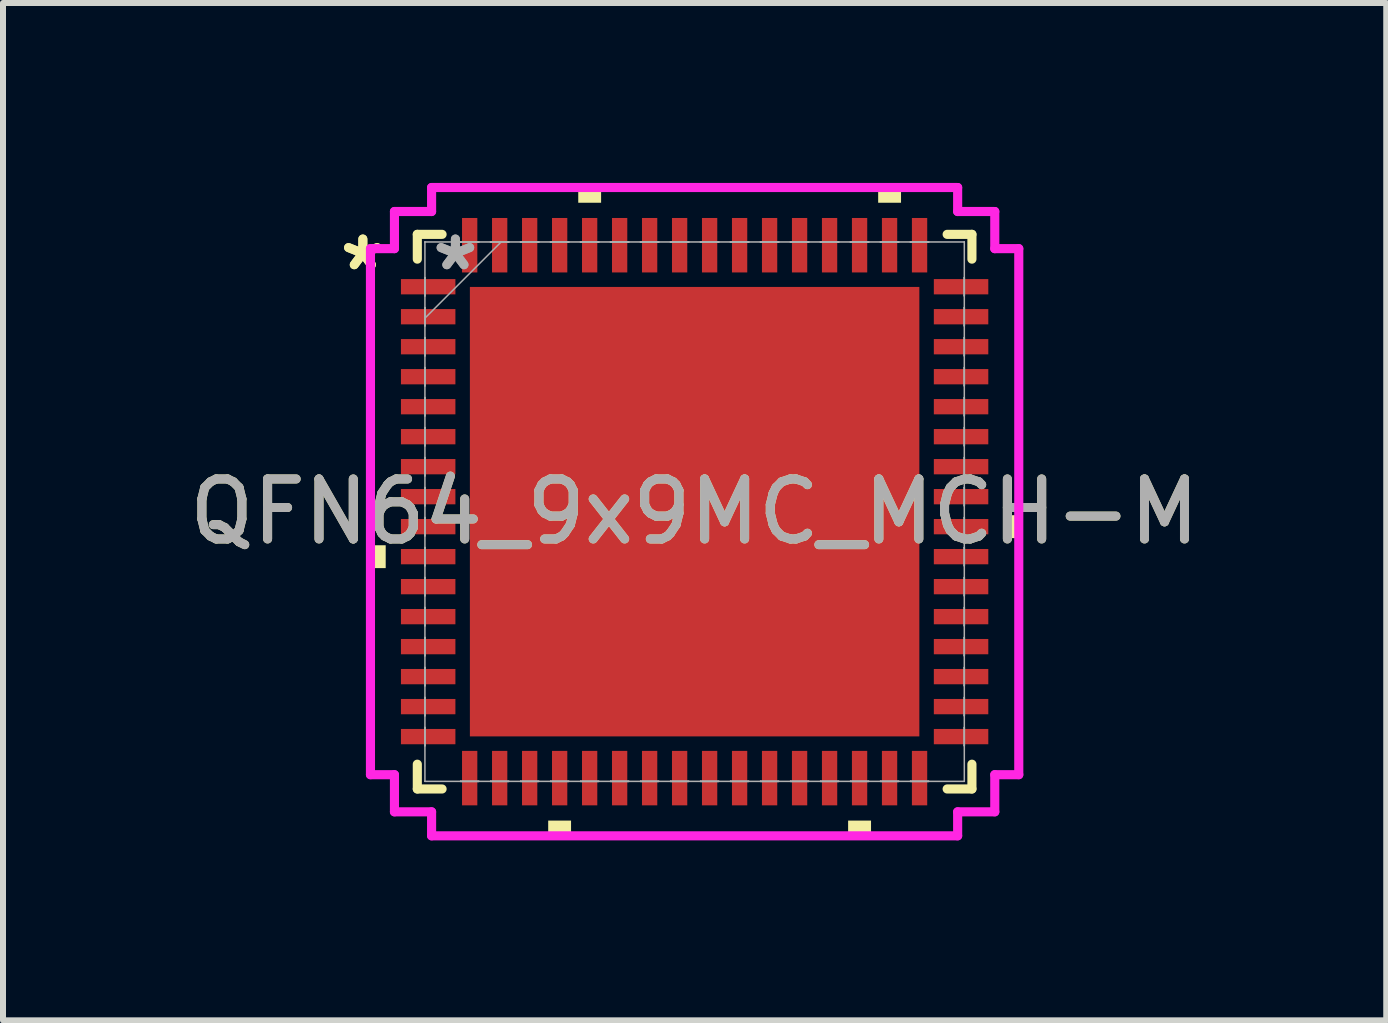
<source format=kicad_pcb>
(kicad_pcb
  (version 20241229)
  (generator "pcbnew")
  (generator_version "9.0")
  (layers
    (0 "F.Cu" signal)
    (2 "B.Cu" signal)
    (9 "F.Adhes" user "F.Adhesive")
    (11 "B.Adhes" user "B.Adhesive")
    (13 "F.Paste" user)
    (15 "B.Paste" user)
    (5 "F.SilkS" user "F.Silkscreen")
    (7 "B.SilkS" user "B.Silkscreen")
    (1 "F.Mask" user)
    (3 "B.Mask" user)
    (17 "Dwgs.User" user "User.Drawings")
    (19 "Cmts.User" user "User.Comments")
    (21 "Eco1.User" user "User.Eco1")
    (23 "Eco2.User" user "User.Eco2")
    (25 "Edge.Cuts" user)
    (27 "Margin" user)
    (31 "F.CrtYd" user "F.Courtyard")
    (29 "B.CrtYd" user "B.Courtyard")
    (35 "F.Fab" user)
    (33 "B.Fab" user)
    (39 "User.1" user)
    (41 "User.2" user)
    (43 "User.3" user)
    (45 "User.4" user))
  (footprint "QFN64_9x9MC_MCH-M"
    (layer "F.Cu")
    (at 8.53 5.48)
    (property "Reference" "QFN64_9x9MC_MCH-M" (at 0 0 0) (unlocked yes) (layer "F.SilkS") (effects (font (size 1 1) (thickness 0.15))))
    (attr smd)
    (fp_line (start -4.623 -4.623) (end -4.623 -4.21) (stroke (width 0.152) (type solid)) (layer "F.SilkS"))
    (fp_line (start -4.623 4.21) (end -4.623 4.623) (stroke (width 0.152) (type solid)) (layer "F.SilkS"))
    (fp_line (start -4.623 4.623) (end -4.21 4.623) (stroke (width 0.152) (type solid)) (layer "F.SilkS"))
    (fp_line (start -4.21 -4.623) (end -4.623 -4.623) (stroke (width 0.152) (type solid)) (layer "F.SilkS"))
    (fp_line (start 4.21 4.623) (end 4.623 4.623) (stroke (width 0.152) (type solid)) (layer "F.SilkS"))
    (fp_line (start 4.623 -4.623) (end 4.21 -4.623) (stroke (width 0.152) (type solid)) (layer "F.SilkS"))
    (fp_line (start 4.623 -4.21) (end 4.623 -4.623) (stroke (width 0.152) (type solid)) (layer "F.SilkS"))
    (fp_line (start 4.623 4.623) (end 4.623 4.21) (stroke (width 0.152) (type solid)) (layer "F.SilkS"))
    (fp_poly (pts (xy -5.404 0.56) (xy -5.404 0.941) (xy -5.15 0.941) (xy -5.15 0.56)) (stroke (width 0) (type solid)) (fill yes) (layer "F.SilkS"))
    (fp_poly (pts (xy -2.441 5.15) (xy -2.441 5.404) (xy -2.06 5.404) (xy -2.06 5.15)) (stroke (width 0) (type solid)) (fill yes) (layer "F.SilkS"))
    (fp_poly (pts (xy -1.94 -5.15) (xy -1.94 -5.404) (xy -1.559 -5.404) (xy -1.559 -5.15)) (stroke (width 0) (type solid)) (fill yes) (layer "F.SilkS"))
    (fp_poly (pts (xy 2.559 5.15) (xy 2.559 5.404) (xy 2.941 5.404) (xy 2.941 5.15)) (stroke (width 0) (type solid)) (fill yes) (layer "F.SilkS"))
    (fp_poly (pts (xy 3.06 -5.15) (xy 3.06 -5.404) (xy 3.441 -5.404) (xy 3.441 -5.15)) (stroke (width 0) (type solid)) (fill yes) (layer "F.SilkS"))
    (fp_poly (pts (xy 5.404 0.059) (xy 5.404 0.441) (xy 5.15 0.441) (xy 5.15 0.059)) (stroke (width 0) (type solid)) (fill yes) (layer "F.SilkS"))
    (fp_poly (pts (xy -3.647 -3.647) (xy -3.647 -2.348) (xy -2.348 -2.348) (xy -2.348 -3.647)) (stroke (width 0) (type solid)) (fill yes) (layer "F.Paste"))
    (fp_poly (pts (xy -3.647 -2.148) (xy -3.647 -0.849) (xy -2.348 -0.849) (xy -2.348 -2.148)) (stroke (width 0) (type solid)) (fill yes) (layer "F.Paste"))
    (fp_poly (pts (xy -3.647 -0.649) (xy -3.647 0.649) (xy -2.348 0.649) (xy -2.348 -0.649)) (stroke (width 0) (type solid)) (fill yes) (layer "F.Paste"))
    (fp_poly (pts (xy -3.647 0.849) (xy -3.647 2.148) (xy -2.348 2.148) (xy -2.348 0.849)) (stroke (width 0) (type solid)) (fill yes) (layer "F.Paste"))
    (fp_poly (pts (xy -3.647 2.348) (xy -3.647 3.647) (xy -2.348 3.647) (xy -2.348 2.348)) (stroke (width 0) (type solid)) (fill yes) (layer "F.Paste"))
    (fp_poly (pts (xy -2.148 -3.647) (xy -2.148 -2.348) (xy -0.849 -2.348) (xy -0.849 -3.647)) (stroke (width 0) (type solid)) (fill yes) (layer "F.Paste"))
    (fp_poly (pts (xy -2.148 -2.148) (xy -2.148 -0.849) (xy -0.849 -0.849) (xy -0.849 -2.148)) (stroke (width 0) (type solid)) (fill yes) (layer "F.Paste"))
    (fp_poly (pts (xy -2.148 -0.649) (xy -2.148 0.649) (xy -0.849 0.649) (xy -0.849 -0.649)) (stroke (width 0) (type solid)) (fill yes) (layer "F.Paste"))
    (fp_poly (pts (xy -2.148 0.849) (xy -2.148 2.148) (xy -0.849 2.148) (xy -0.849 0.849)) (stroke (width 0) (type solid)) (fill yes) (layer "F.Paste"))
    (fp_poly (pts (xy -2.148 2.348) (xy -2.148 3.647) (xy -0.849 3.647) (xy -0.849 2.348)) (stroke (width 0) (type solid)) (fill yes) (layer "F.Paste"))
    (fp_poly (pts (xy -0.649 -3.647) (xy -0.649 -2.348) (xy 0.649 -2.348) (xy 0.649 -3.647)) (stroke (width 0) (type solid)) (fill yes) (layer "F.Paste"))
    (fp_poly (pts (xy -0.649 -2.148) (xy -0.649 -0.849) (xy 0.649 -0.849) (xy 0.649 -2.148)) (stroke (width 0) (type solid)) (fill yes) (layer "F.Paste"))
    (fp_poly (pts (xy -0.649 -0.649) (xy -0.649 0.649) (xy 0.649 0.649) (xy 0.649 -0.649)) (stroke (width 0) (type solid)) (fill yes) (layer "F.Paste"))
    (fp_poly (pts (xy -0.649 0.849) (xy -0.649 2.148) (xy 0.649 2.148) (xy 0.649 0.849)) (stroke (width 0) (type solid)) (fill yes) (layer "F.Paste"))
    (fp_poly (pts (xy -0.649 2.348) (xy -0.649 3.647) (xy 0.649 3.647) (xy 0.649 2.348)) (stroke (width 0) (type solid)) (fill yes) (layer "F.Paste"))
    (fp_poly (pts (xy 0.849 -3.647) (xy 0.849 -2.348) (xy 2.148 -2.348) (xy 2.148 -3.647)) (stroke (width 0) (type solid)) (fill yes) (layer "F.Paste"))
    (fp_poly (pts (xy 0.849 -2.148) (xy 0.849 -0.849) (xy 2.148 -0.849) (xy 2.148 -2.148)) (stroke (width 0) (type solid)) (fill yes) (layer "F.Paste"))
    (fp_poly (pts (xy 0.849 -0.649) (xy 0.849 0.649) (xy 2.148 0.649) (xy 2.148 -0.649)) (stroke (width 0) (type solid)) (fill yes) (layer "F.Paste"))
    (fp_poly (pts (xy 0.849 0.849) (xy 0.849 2.148) (xy 2.148 2.148) (xy 2.148 0.849)) (stroke (width 0) (type solid)) (fill yes) (layer "F.Paste"))
    (fp_poly (pts (xy 0.849 2.348) (xy 0.849 3.647) (xy 2.148 3.647) (xy 2.148 2.348)) (stroke (width 0) (type solid)) (fill yes) (layer "F.Paste"))
    (fp_poly (pts (xy 2.348 -3.647) (xy 2.348 -2.348) (xy 3.647 -2.348) (xy 3.647 -3.647)) (stroke (width 0) (type solid)) (fill yes) (layer "F.Paste"))
    (fp_poly (pts (xy 2.348 -2.148) (xy 2.348 -0.849) (xy 3.647 -0.849) (xy 3.647 -2.148)) (stroke (width 0) (type solid)) (fill yes) (layer "F.Paste"))
    (fp_poly (pts (xy 2.348 -0.649) (xy 2.348 0.649) (xy 3.647 0.649) (xy 3.647 -0.649)) (stroke (width 0) (type solid)) (fill yes) (layer "F.Paste"))
    (fp_poly (pts (xy 2.348 0.849) (xy 2.348 2.148) (xy 3.647 2.148) (xy 3.647 0.849)) (stroke (width 0) (type solid)) (fill yes) (layer "F.Paste"))
    (fp_poly (pts (xy 2.348 2.348) (xy 2.348 3.647) (xy 3.647 3.647) (xy 3.647 2.348)) (stroke (width 0) (type solid)) (fill yes) (layer "F.Paste"))
    (fp_line (start -5.404 -4.385) (end -5.004 -4.385) (stroke (width 0.152) (type solid)) (layer "F.CrtYd"))
    (fp_line (start -5.404 4.385) (end -5.404 -4.385) (stroke (width 0.152) (type solid)) (layer "F.CrtYd"))
    (fp_line (start -5.004 -5.004) (end -4.385 -5.004) (stroke (width 0.152) (type solid)) (layer "F.CrtYd"))
    (fp_line (start -5.004 -4.385) (end -5.004 -5.004) (stroke (width 0.152) (type solid)) (layer "F.CrtYd"))
    (fp_line (start -5.004 4.385) (end -5.404 4.385) (stroke (width 0.152) (type solid)) (layer "F.CrtYd"))
    (fp_line (start -5.004 5.004) (end -5.004 4.385) (stroke (width 0.152) (type solid)) (layer "F.CrtYd"))
    (fp_line (start -4.385 -5.404) (end 4.385 -5.404) (stroke (width 0.152) (type solid)) (layer "F.CrtYd"))
    (fp_line (start -4.385 -5.004) (end -4.385 -5.404) (stroke (width 0.152) (type solid)) (layer "F.CrtYd"))
    (fp_line (start -4.385 5.004) (end -5.004 5.004) (stroke (width 0.152) (type solid)) (layer "F.CrtYd"))
    (fp_line (start -4.385 5.404) (end -4.385 5.004) (stroke (width 0.152) (type solid)) (layer "F.CrtYd"))
    (fp_line (start 4.385 -5.404) (end 4.385 -5.004) (stroke (width 0.152) (type solid)) (layer "F.CrtYd"))
    (fp_line (start 4.385 -5.004) (end 5.004 -5.004) (stroke (width 0.152) (type solid)) (layer "F.CrtYd"))
    (fp_line (start 4.385 5.004) (end 4.385 5.404) (stroke (width 0.152) (type solid)) (layer "F.CrtYd"))
    (fp_line (start 4.385 5.404) (end -4.385 5.404) (stroke (width 0.152) (type solid)) (layer "F.CrtYd"))
    (fp_line (start 5.004 -5.004) (end 5.004 -4.385) (stroke (width 0.152) (type solid)) (layer "F.CrtYd"))
    (fp_line (start 5.004 -4.385) (end 5.404 -4.385) (stroke (width 0.152) (type solid)) (layer "F.CrtYd"))
    (fp_line (start 5.004 4.385) (end 5.004 5.004) (stroke (width 0.152) (type solid)) (layer "F.CrtYd"))
    (fp_line (start 5.004 5.004) (end 4.385 5.004) (stroke (width 0.152) (type solid)) (layer "F.CrtYd"))
    (fp_line (start 5.404 -4.385) (end 5.404 4.385) (stroke (width 0.152) (type solid)) (layer "F.CrtYd"))
    (fp_line (start 5.404 4.385) (end 5.004 4.385) (stroke (width 0.152) (type solid)) (layer "F.CrtYd"))
    (fp_line (start -4.496 -4.496) (end -4.496 -4.496) (stroke (width 0.025) (type solid)) (layer "F.Fab"))
    (fp_line (start -4.496 -4.496) (end -4.496 4.496) (stroke (width 0.025) (type solid)) (layer "F.Fab"))
    (fp_line (start -4.496 -3.902) (end -4.496 -3.902) (stroke (width 0.025) (type solid)) (layer "F.Fab"))
    (fp_line (start -4.496 -3.902) (end -4.496 -3.598) (stroke (width 0.025) (type solid)) (layer "F.Fab"))
    (fp_line (start -4.496 -3.598) (end -4.496 -3.902) (stroke (width 0.025) (type solid)) (layer "F.Fab"))
    (fp_line (start -4.496 -3.598) (end -4.496 -3.598) (stroke (width 0.025) (type solid)) (layer "F.Fab"))
    (fp_line (start -4.496 -3.402) (end -4.496 -3.402) (stroke (width 0.025) (type solid)) (layer "F.Fab"))
    (fp_line (start -4.496 -3.402) (end -4.496 -3.098) (stroke (width 0.025) (type solid)) (layer "F.Fab"))
    (fp_line (start -4.496 -3.226) (end -3.226 -4.496) (stroke (width 0.025) (type solid)) (layer "F.Fab"))
    (fp_line (start -4.496 -3.098) (end -4.496 -3.402) (stroke (width 0.025) (type solid)) (layer "F.Fab"))
    (fp_line (start -4.496 -3.098) (end -4.496 -3.098) (stroke (width 0.025) (type solid)) (layer "F.Fab"))
    (fp_line (start -4.496 -2.902) (end -4.496 -2.902) (stroke (width 0.025) (type solid)) (layer "F.Fab"))
    (fp_line (start -4.496 -2.902) (end -4.496 -2.598) (stroke (width 0.025) (type solid)) (layer "F.Fab"))
    (fp_line (start -4.496 -2.598) (end -4.496 -2.902) (stroke (width 0.025) (type solid)) (layer "F.Fab"))
    (fp_line (start -4.496 -2.598) (end -4.496 -2.598) (stroke (width 0.025) (type solid)) (layer "F.Fab"))
    (fp_line (start -4.496 -2.402) (end -4.496 -2.402) (stroke (width 0.025) (type solid)) (layer "F.Fab"))
    (fp_line (start -4.496 -2.402) (end -4.496 -2.098) (stroke (width 0.025) (type solid)) (layer "F.Fab"))
    (fp_line (start -4.496 -2.098) (end -4.496 -2.402) (stroke (width 0.025) (type solid)) (layer "F.Fab"))
    (fp_line (start -4.496 -2.098) (end -4.496 -2.098) (stroke (width 0.025) (type solid)) (layer "F.Fab"))
    (fp_line (start -4.496 -1.902) (end -4.496 -1.902) (stroke (width 0.025) (type solid)) (layer "F.Fab"))
    (fp_line (start -4.496 -1.902) (end -4.496 -1.598) (stroke (width 0.025) (type solid)) (layer "F.Fab"))
    (fp_line (start -4.496 -1.598) (end -4.496 -1.902) (stroke (width 0.025) (type solid)) (layer "F.Fab"))
    (fp_line (start -4.496 -1.598) (end -4.496 -1.598) (stroke (width 0.025) (type solid)) (layer "F.Fab"))
    (fp_line (start -4.496 -1.402) (end -4.496 -1.402) (stroke (width 0.025) (type solid)) (layer "F.Fab"))
    (fp_line (start -4.496 -1.402) (end -4.496 -1.098) (stroke (width 0.025) (type solid)) (layer "F.Fab"))
    (fp_line (start -4.496 -1.098) (end -4.496 -1.402) (stroke (width 0.025) (type solid)) (layer "F.Fab"))
    (fp_line (start -4.496 -1.098) (end -4.496 -1.098) (stroke (width 0.025) (type solid)) (layer "F.Fab"))
    (fp_line (start -4.496 -0.902) (end -4.496 -0.902) (stroke (width 0.025) (type solid)) (layer "F.Fab"))
    (fp_line (start -4.496 -0.902) (end -4.496 -0.598) (stroke (width 0.025) (type solid)) (layer "F.Fab"))
    (fp_line (start -4.496 -0.598) (end -4.496 -0.902) (stroke (width 0.025) (type solid)) (layer "F.Fab"))
    (fp_line (start -4.496 -0.598) (end -4.496 -0.598) (stroke (width 0.025) (type solid)) (layer "F.Fab"))
    (fp_line (start -4.496 -0.402) (end -4.496 -0.402) (stroke (width 0.025) (type solid)) (layer "F.Fab"))
    (fp_line (start -4.496 -0.402) (end -4.496 -0.098) (stroke (width 0.025) (type solid)) (layer "F.Fab"))
    (fp_line (start -4.496 -0.098) (end -4.496 -0.402) (stroke (width 0.025) (type solid)) (layer "F.Fab"))
    (fp_line (start -4.496 -0.098) (end -4.496 -0.098) (stroke (width 0.025) (type solid)) (layer "F.Fab"))
    (fp_line (start -4.496 0.098) (end -4.496 0.098) (stroke (width 0.025) (type solid)) (layer "F.Fab"))
    (fp_line (start -4.496 0.098) (end -4.496 0.402) (stroke (width 0.025) (type solid)) (layer "F.Fab"))
    (fp_line (start -4.496 0.402) (end -4.496 0.098) (stroke (width 0.025) (type solid)) (layer "F.Fab"))
    (fp_line (start -4.496 0.402) (end -4.496 0.402) (stroke (width 0.025) (type solid)) (layer "F.Fab"))
    (fp_line (start -4.496 0.598) (end -4.496 0.598) (stroke (width 0.025) (type solid)) (layer "F.Fab"))
    (fp_line (start -4.496 0.598) (end -4.496 0.902) (stroke (width 0.025) (type solid)) (layer "F.Fab"))
    (fp_line (start -4.496 0.902) (end -4.496 0.598) (stroke (width 0.025) (type solid)) (layer "F.Fab"))
    (fp_line (start -4.496 0.902) (end -4.496 0.902) (stroke (width 0.025) (type solid)) (layer "F.Fab"))
    (fp_line (start -4.496 1.098) (end -4.496 1.098) (stroke (width 0.025) (type solid)) (layer "F.Fab"))
    (fp_line (start -4.496 1.098) (end -4.496 1.402) (stroke (width 0.025) (type solid)) (layer "F.Fab"))
    (fp_line (start -4.496 1.402) (end -4.496 1.098) (stroke (width 0.025) (type solid)) (layer "F.Fab"))
    (fp_line (start -4.496 1.402) (end -4.496 1.402) (stroke (width 0.025) (type solid)) (layer "F.Fab"))
    (fp_line (start -4.496 1.598) (end -4.496 1.598) (stroke (width 0.025) (type solid)) (layer "F.Fab"))
    (fp_line (start -4.496 1.598) (end -4.496 1.902) (stroke (width 0.025) (type solid)) (layer "F.Fab"))
    (fp_line (start -4.496 1.902) (end -4.496 1.598) (stroke (width 0.025) (type solid)) (layer "F.Fab"))
    (fp_line (start -4.496 1.902) (end -4.496 1.902) (stroke (width 0.025) (type solid)) (layer "F.Fab"))
    (fp_line (start -4.496 2.098) (end -4.496 2.098) (stroke (width 0.025) (type solid)) (layer "F.Fab"))
    (fp_line (start -4.496 2.098) (end -4.496 2.402) (stroke (width 0.025) (type solid)) (layer "F.Fab"))
    (fp_line (start -4.496 2.402) (end -4.496 2.098) (stroke (width 0.025) (type solid)) (layer "F.Fab"))
    (fp_line (start -4.496 2.402) (end -4.496 2.402) (stroke (width 0.025) (type solid)) (layer "F.Fab"))
    (fp_line (start -4.496 2.598) (end -4.496 2.598) (stroke (width 0.025) (type solid)) (layer "F.Fab"))
    (fp_line (start -4.496 2.598) (end -4.496 2.902) (stroke (width 0.025) (type solid)) (layer "F.Fab"))
    (fp_line (start -4.496 2.902) (end -4.496 2.598) (stroke (width 0.025) (type solid)) (layer "F.Fab"))
    (fp_line (start -4.496 2.902) (end -4.496 2.902) (stroke (width 0.025) (type solid)) (layer "F.Fab"))
    (fp_line (start -4.496 3.098) (end -4.496 3.098) (stroke (width 0.025) (type solid)) (layer "F.Fab"))
    (fp_line (start -4.496 3.098) (end -4.496 3.402) (stroke (width 0.025) (type solid)) (layer "F.Fab"))
    (fp_line (start -4.496 3.402) (end -4.496 3.098) (stroke (width 0.025) (type solid)) (layer "F.Fab"))
    (fp_line (start -4.496 3.402) (end -4.496 3.402) (stroke (width 0.025) (type solid)) (layer "F.Fab"))
    (fp_line (start -4.496 3.598) (end -4.496 3.598) (stroke (width 0.025) (type solid)) (layer "F.Fab"))
    (fp_line (start -4.496 3.598) (end -4.496 3.902) (stroke (width 0.025) (type solid)) (layer "F.Fab"))
    (fp_line (start -4.496 3.902) (end -4.496 3.598) (stroke (width 0.025) (type solid)) (layer "F.Fab"))
    (fp_line (start -4.496 3.902) (end -4.496 3.902) (stroke (width 0.025) (type solid)) (layer "F.Fab"))
    (fp_line (start -4.496 4.496) (end -4.496 4.496) (stroke (width 0.025) (type solid)) (layer "F.Fab"))
    (fp_line (start -4.496 4.496) (end 4.496 4.496) (stroke (width 0.025) (type solid)) (layer "F.Fab"))
    (fp_line (start -3.902 -4.496) (end -3.902 -4.496) (stroke (width 0.025) (type solid)) (layer "F.Fab"))
    (fp_line (start -3.902 -4.496) (end -3.598 -4.496) (stroke (width 0.025) (type solid)) (layer "F.Fab"))
    (fp_line (start -3.902 4.496) (end -3.902 4.496) (stroke (width 0.025) (type solid)) (layer "F.Fab"))
    (fp_line (start -3.902 4.496) (end -3.598 4.496) (stroke (width 0.025) (type solid)) (layer "F.Fab"))
    (fp_line (start -3.598 -4.496) (end -3.902 -4.496) (stroke (width 0.025) (type solid)) (layer "F.Fab"))
    (fp_line (start -3.598 -4.496) (end -3.598 -4.496) (stroke (width 0.025) (type solid)) (layer "F.Fab"))
    (fp_line (start -3.598 4.496) (end -3.902 4.496) (stroke (width 0.025) (type solid)) (layer "F.Fab"))
    (fp_line (start -3.598 4.496) (end -3.598 4.496) (stroke (width 0.025) (type solid)) (layer "F.Fab"))
    (fp_line (start -3.402 -4.496) (end -3.402 -4.496) (stroke (width 0.025) (type solid)) (layer "F.Fab"))
    (fp_line (start -3.402 -4.496) (end -3.098 -4.496) (stroke (width 0.025) (type solid)) (layer "F.Fab"))
    (fp_line (start -3.402 4.496) (end -3.402 4.496) (stroke (width 0.025) (type solid)) (layer "F.Fab"))
    (fp_line (start -3.402 4.496) (end -3.098 4.496) (stroke (width 0.025) (type solid)) (layer "F.Fab"))
    (fp_line (start -3.098 -4.496) (end -3.402 -4.496) (stroke (width 0.025) (type solid)) (layer "F.Fab"))
    (fp_line (start -3.098 -4.496) (end -3.098 -4.496) (stroke (width 0.025) (type solid)) (layer "F.Fab"))
    (fp_line (start -3.098 4.496) (end -3.402 4.496) (stroke (width 0.025) (type solid)) (layer "F.Fab"))
    (fp_line (start -3.098 4.496) (end -3.098 4.496) (stroke (width 0.025) (type solid)) (layer "F.Fab"))
    (fp_line (start -2.902 -4.496) (end -2.902 -4.496) (stroke (width 0.025) (type solid)) (layer "F.Fab"))
    (fp_line (start -2.902 -4.496) (end -2.598 -4.496) (stroke (width 0.025) (type solid)) (layer "F.Fab"))
    (fp_line (start -2.902 4.496) (end -2.902 4.496) (stroke (width 0.025) (type solid)) (layer "F.Fab"))
    (fp_line (start -2.902 4.496) (end -2.598 4.496) (stroke (width 0.025) (type solid)) (layer "F.Fab"))
    (fp_line (start -2.598 -4.496) (end -2.902 -4.496) (stroke (width 0.025) (type solid)) (layer "F.Fab"))
    (fp_line (start -2.598 -4.496) (end -2.598 -4.496) (stroke (width 0.025) (type solid)) (layer "F.Fab"))
    (fp_line (start -2.598 4.496) (end -2.902 4.496) (stroke (width 0.025) (type solid)) (layer "F.Fab"))
    (fp_line (start -2.598 4.496) (end -2.598 4.496) (stroke (width 0.025) (type solid)) (layer "F.Fab"))
    (fp_line (start -2.402 -4.496) (end -2.402 -4.496) (stroke (width 0.025) (type solid)) (layer "F.Fab"))
    (fp_line (start -2.402 -4.496) (end -2.098 -4.496) (stroke (width 0.025) (type solid)) (layer "F.Fab"))
    (fp_line (start -2.402 4.496) (end -2.402 4.496) (stroke (width 0.025) (type solid)) (layer "F.Fab"))
    (fp_line (start -2.402 4.496) (end -2.098 4.496) (stroke (width 0.025) (type solid)) (layer "F.Fab"))
    (fp_line (start -2.098 -4.496) (end -2.402 -4.496) (stroke (width 0.025) (type solid)) (layer "F.Fab"))
    (fp_line (start -2.098 -4.496) (end -2.098 -4.496) (stroke (width 0.025) (type solid)) (layer "F.Fab"))
    (fp_line (start -2.098 4.496) (end -2.402 4.496) (stroke (width 0.025) (type solid)) (layer "F.Fab"))
    (fp_line (start -2.098 4.496) (end -2.098 4.496) (stroke (width 0.025) (type solid)) (layer "F.Fab"))
    (fp_line (start -1.902 -4.496) (end -1.902 -4.496) (stroke (width 0.025) (type solid)) (layer "F.Fab"))
    (fp_line (start -1.902 -4.496) (end -1.598 -4.496) (stroke (width 0.025) (type solid)) (layer "F.Fab"))
    (fp_line (start -1.902 4.496) (end -1.902 4.496) (stroke (width 0.025) (type solid)) (layer "F.Fab"))
    (fp_line (start -1.902 4.496) (end -1.598 4.496) (stroke (width 0.025) (type solid)) (layer "F.Fab"))
    (fp_line (start -1.598 -4.496) (end -1.902 -4.496) (stroke (width 0.025) (type solid)) (layer "F.Fab"))
    (fp_line (start -1.598 -4.496) (end -1.598 -4.496) (stroke (width 0.025) (type solid)) (layer "F.Fab"))
    (fp_line (start -1.598 4.496) (end -1.902 4.496) (stroke (width 0.025) (type solid)) (layer "F.Fab"))
    (fp_line (start -1.598 4.496) (end -1.598 4.496) (stroke (width 0.025) (type solid)) (layer "F.Fab"))
    (fp_line (start -1.402 -4.496) (end -1.402 -4.496) (stroke (width 0.025) (type solid)) (layer "F.Fab"))
    (fp_line (start -1.402 -4.496) (end -1.098 -4.496) (stroke (width 0.025) (type solid)) (layer "F.Fab"))
    (fp_line (start -1.402 4.496) (end -1.402 4.496) (stroke (width 0.025) (type solid)) (layer "F.Fab"))
    (fp_line (start -1.402 4.496) (end -1.098 4.496) (stroke (width 0.025) (type solid)) (layer "F.Fab"))
    (fp_line (start -1.098 -4.496) (end -1.402 -4.496) (stroke (width 0.025) (type solid)) (layer "F.Fab"))
    (fp_line (start -1.098 -4.496) (end -1.098 -4.496) (stroke (width 0.025) (type solid)) (layer "F.Fab"))
    (fp_line (start -1.098 4.496) (end -1.402 4.496) (stroke (width 0.025) (type solid)) (layer "F.Fab"))
    (fp_line (start -1.098 4.496) (end -1.098 4.496) (stroke (width 0.025) (type solid)) (layer "F.Fab"))
    (fp_line (start -0.902 -4.496) (end -0.902 -4.496) (stroke (width 0.025) (type solid)) (layer "F.Fab"))
    (fp_line (start -0.902 -4.496) (end -0.598 -4.496) (stroke (width 0.025) (type solid)) (layer "F.Fab"))
    (fp_line (start -0.902 4.496) (end -0.902 4.496) (stroke (width 0.025) (type solid)) (layer "F.Fab"))
    (fp_line (start -0.902 4.496) (end -0.598 4.496) (stroke (width 0.025) (type solid)) (layer "F.Fab"))
    (fp_line (start -0.598 -4.496) (end -0.902 -4.496) (stroke (width 0.025) (type solid)) (layer "F.Fab"))
    (fp_line (start -0.598 -4.496) (end -0.598 -4.496) (stroke (width 0.025) (type solid)) (layer "F.Fab"))
    (fp_line (start -0.598 4.496) (end -0.902 4.496) (stroke (width 0.025) (type solid)) (layer "F.Fab"))
    (fp_line (start -0.598 4.496) (end -0.598 4.496) (stroke (width 0.025) (type solid)) (layer "F.Fab"))
    (fp_line (start -0.402 -4.496) (end -0.402 -4.496) (stroke (width 0.025) (type solid)) (layer "F.Fab"))
    (fp_line (start -0.402 -4.496) (end -0.098 -4.496) (stroke (width 0.025) (type solid)) (layer "F.Fab"))
    (fp_line (start -0.402 4.496) (end -0.402 4.496) (stroke (width 0.025) (type solid)) (layer "F.Fab"))
    (fp_line (start -0.402 4.496) (end -0.098 4.496) (stroke (width 0.025) (type solid)) (layer "F.Fab"))
    (fp_line (start -0.098 -4.496) (end -0.402 -4.496) (stroke (width 0.025) (type solid)) (layer "F.Fab"))
    (fp_line (start -0.098 -4.496) (end -0.098 -4.496) (stroke (width 0.025) (type solid)) (layer "F.Fab"))
    (fp_line (start -0.098 4.496) (end -0.402 4.496) (stroke (width 0.025) (type solid)) (layer "F.Fab"))
    (fp_line (start -0.098 4.496) (end -0.098 4.496) (stroke (width 0.025) (type solid)) (layer "F.Fab"))
    (fp_line (start 0.098 -4.496) (end 0.098 -4.496) (stroke (width 0.025) (type solid)) (layer "F.Fab"))
    (fp_line (start 0.098 -4.496) (end 0.402 -4.496) (stroke (width 0.025) (type solid)) (layer "F.Fab"))
    (fp_line (start 0.098 4.496) (end 0.098 4.496) (stroke (width 0.025) (type solid)) (layer "F.Fab"))
    (fp_line (start 0.098 4.496) (end 0.402 4.496) (stroke (width 0.025) (type solid)) (layer "F.Fab"))
    (fp_line (start 0.402 -4.496) (end 0.098 -4.496) (stroke (width 0.025) (type solid)) (layer "F.Fab"))
    (fp_line (start 0.402 -4.496) (end 0.402 -4.496) (stroke (width 0.025) (type solid)) (layer "F.Fab"))
    (fp_line (start 0.402 4.496) (end 0.098 4.496) (stroke (width 0.025) (type solid)) (layer "F.Fab"))
    (fp_line (start 0.402 4.496) (end 0.402 4.496) (stroke (width 0.025) (type solid)) (layer "F.Fab"))
    (fp_line (start 0.598 -4.496) (end 0.598 -4.496) (stroke (width 0.025) (type solid)) (layer "F.Fab"))
    (fp_line (start 0.598 -4.496) (end 0.902 -4.496) (stroke (width 0.025) (type solid)) (layer "F.Fab"))
    (fp_line (start 0.598 4.496) (end 0.598 4.496) (stroke (width 0.025) (type solid)) (layer "F.Fab"))
    (fp_line (start 0.598 4.496) (end 0.902 4.496) (stroke (width 0.025) (type solid)) (layer "F.Fab"))
    (fp_line (start 0.902 -4.496) (end 0.598 -4.496) (stroke (width 0.025) (type solid)) (layer "F.Fab"))
    (fp_line (start 0.902 -4.496) (end 0.902 -4.496) (stroke (width 0.025) (type solid)) (layer "F.Fab"))
    (fp_line (start 0.902 4.496) (end 0.598 4.496) (stroke (width 0.025) (type solid)) (layer "F.Fab"))
    (fp_line (start 0.902 4.496) (end 0.902 4.496) (stroke (width 0.025) (type solid)) (layer "F.Fab"))
    (fp_line (start 1.098 -4.496) (end 1.098 -4.496) (stroke (width 0.025) (type solid)) (layer "F.Fab"))
    (fp_line (start 1.098 -4.496) (end 1.402 -4.496) (stroke (width 0.025) (type solid)) (layer "F.Fab"))
    (fp_line (start 1.098 4.496) (end 1.098 4.496) (stroke (width 0.025) (type solid)) (layer "F.Fab"))
    (fp_line (start 1.098 4.496) (end 1.402 4.496) (stroke (width 0.025) (type solid)) (layer "F.Fab"))
    (fp_line (start 1.402 -4.496) (end 1.098 -4.496) (stroke (width 0.025) (type solid)) (layer "F.Fab"))
    (fp_line (start 1.402 -4.496) (end 1.402 -4.496) (stroke (width 0.025) (type solid)) (layer "F.Fab"))
    (fp_line (start 1.402 4.496) (end 1.098 4.496) (stroke (width 0.025) (type solid)) (layer "F.Fab"))
    (fp_line (start 1.402 4.496) (end 1.402 4.496) (stroke (width 0.025) (type solid)) (layer "F.Fab"))
    (fp_line (start 1.598 -4.496) (end 1.598 -4.496) (stroke (width 0.025) (type solid)) (layer "F.Fab"))
    (fp_line (start 1.598 -4.496) (end 1.902 -4.496) (stroke (width 0.025) (type solid)) (layer "F.Fab"))
    (fp_line (start 1.598 4.496) (end 1.598 4.496) (stroke (width 0.025) (type solid)) (layer "F.Fab"))
    (fp_line (start 1.598 4.496) (end 1.902 4.496) (stroke (width 0.025) (type solid)) (layer "F.Fab"))
    (fp_line (start 1.902 -4.496) (end 1.598 -4.496) (stroke (width 0.025) (type solid)) (layer "F.Fab"))
    (fp_line (start 1.902 -4.496) (end 1.902 -4.496) (stroke (width 0.025) (type solid)) (layer "F.Fab"))
    (fp_line (start 1.902 4.496) (end 1.598 4.496) (stroke (width 0.025) (type solid)) (layer "F.Fab"))
    (fp_line (start 1.902 4.496) (end 1.902 4.496) (stroke (width 0.025) (type solid)) (layer "F.Fab"))
    (fp_line (start 2.098 -4.496) (end 2.098 -4.496) (stroke (width 0.025) (type solid)) (layer "F.Fab"))
    (fp_line (start 2.098 -4.496) (end 2.402 -4.496) (stroke (width 0.025) (type solid)) (layer "F.Fab"))
    (fp_line (start 2.098 4.496) (end 2.098 4.496) (stroke (width 0.025) (type solid)) (layer "F.Fab"))
    (fp_line (start 2.098 4.496) (end 2.402 4.496) (stroke (width 0.025) (type solid)) (layer "F.Fab"))
    (fp_line (start 2.402 -4.496) (end 2.098 -4.496) (stroke (width 0.025) (type solid)) (layer "F.Fab"))
    (fp_line (start 2.402 -4.496) (end 2.402 -4.496) (stroke (width 0.025) (type solid)) (layer "F.Fab"))
    (fp_line (start 2.402 4.496) (end 2.098 4.496) (stroke (width 0.025) (type solid)) (layer "F.Fab"))
    (fp_line (start 2.402 4.496) (end 2.402 4.496) (stroke (width 0.025) (type solid)) (layer "F.Fab"))
    (fp_line (start 2.598 -4.496) (end 2.598 -4.496) (stroke (width 0.025) (type solid)) (layer "F.Fab"))
    (fp_line (start 2.598 -4.496) (end 2.902 -4.496) (stroke (width 0.025) (type solid)) (layer "F.Fab"))
    (fp_line (start 2.598 4.496) (end 2.598 4.496) (stroke (width 0.025) (type solid)) (layer "F.Fab"))
    (fp_line (start 2.598 4.496) (end 2.902 4.496) (stroke (width 0.025) (type solid)) (layer "F.Fab"))
    (fp_line (start 2.902 -4.496) (end 2.598 -4.496) (stroke (width 0.025) (type solid)) (layer "F.Fab"))
    (fp_line (start 2.902 -4.496) (end 2.902 -4.496) (stroke (width 0.025) (type solid)) (layer "F.Fab"))
    (fp_line (start 2.902 4.496) (end 2.598 4.496) (stroke (width 0.025) (type solid)) (layer "F.Fab"))
    (fp_line (start 2.902 4.496) (end 2.902 4.496) (stroke (width 0.025) (type solid)) (layer "F.Fab"))
    (fp_line (start 3.098 -4.496) (end 3.098 -4.496) (stroke (width 0.025) (type solid)) (layer "F.Fab"))
    (fp_line (start 3.098 -4.496) (end 3.402 -4.496) (stroke (width 0.025) (type solid)) (layer "F.Fab"))
    (fp_line (start 3.098 4.496) (end 3.098 4.496) (stroke (width 0.025) (type solid)) (layer "F.Fab"))
    (fp_line (start 3.098 4.496) (end 3.402 4.496) (stroke (width 0.025) (type solid)) (layer "F.Fab"))
    (fp_line (start 3.402 -4.496) (end 3.098 -4.496) (stroke (width 0.025) (type solid)) (layer "F.Fab"))
    (fp_line (start 3.402 -4.496) (end 3.402 -4.496) (stroke (width 0.025) (type solid)) (layer "F.Fab"))
    (fp_line (start 3.402 4.496) (end 3.098 4.496) (stroke (width 0.025) (type solid)) (layer "F.Fab"))
    (fp_line (start 3.402 4.496) (end 3.402 4.496) (stroke (width 0.025) (type solid)) (layer "F.Fab"))
    (fp_line (start 3.598 -4.496) (end 3.598 -4.496) (stroke (width 0.025) (type solid)) (layer "F.Fab"))
    (fp_line (start 3.598 -4.496) (end 3.902 -4.496) (stroke (width 0.025) (type solid)) (layer "F.Fab"))
    (fp_line (start 3.598 4.496) (end 3.598 4.496) (stroke (width 0.025) (type solid)) (layer "F.Fab"))
    (fp_line (start 3.598 4.496) (end 3.902 4.496) (stroke (width 0.025) (type solid)) (layer "F.Fab"))
    (fp_line (start 3.902 -4.496) (end 3.598 -4.496) (stroke (width 0.025) (type solid)) (layer "F.Fab"))
    (fp_line (start 3.902 -4.496) (end 3.902 -4.496) (stroke (width 0.025) (type solid)) (layer "F.Fab"))
    (fp_line (start 3.902 4.496) (end 3.598 4.496) (stroke (width 0.025) (type solid)) (layer "F.Fab"))
    (fp_line (start 3.902 4.496) (end 3.902 4.496) (stroke (width 0.025) (type solid)) (layer "F.Fab"))
    (fp_line (start 4.496 -4.496) (end -4.496 -4.496) (stroke (width 0.025) (type solid)) (layer "F.Fab"))
    (fp_line (start 4.496 -4.496) (end 4.496 -4.496) (stroke (width 0.025) (type solid)) (layer "F.Fab"))
    (fp_line (start 4.496 -3.902) (end 4.496 -3.902) (stroke (width 0.025) (type solid)) (layer "F.Fab"))
    (fp_line (start 4.496 -3.902) (end 4.496 -3.598) (stroke (width 0.025) (type solid)) (layer "F.Fab"))
    (fp_line (start 4.496 -3.598) (end 4.496 -3.902) (stroke (width 0.025) (type solid)) (layer "F.Fab"))
    (fp_line (start 4.496 -3.598) (end 4.496 -3.598) (stroke (width 0.025) (type solid)) (layer "F.Fab"))
    (fp_line (start 4.496 -3.402) (end 4.496 -3.402) (stroke (width 0.025) (type solid)) (layer "F.Fab"))
    (fp_line (start 4.496 -3.402) (end 4.496 -3.098) (stroke (width 0.025) (type solid)) (layer "F.Fab"))
    (fp_line (start 4.496 -3.098) (end 4.496 -3.402) (stroke (width 0.025) (type solid)) (layer "F.Fab"))
    (fp_line (start 4.496 -3.098) (end 4.496 -3.098) (stroke (width 0.025) (type solid)) (layer "F.Fab"))
    (fp_line (start 4.496 -2.902) (end 4.496 -2.902) (stroke (width 0.025) (type solid)) (layer "F.Fab"))
    (fp_line (start 4.496 -2.902) (end 4.496 -2.598) (stroke (width 0.025) (type solid)) (layer "F.Fab"))
    (fp_line (start 4.496 -2.598) (end 4.496 -2.902) (stroke (width 0.025) (type solid)) (layer "F.Fab"))
    (fp_line (start 4.496 -2.598) (end 4.496 -2.598) (stroke (width 0.025) (type solid)) (layer "F.Fab"))
    (fp_line (start 4.496 -2.402) (end 4.496 -2.402) (stroke (width 0.025) (type solid)) (layer "F.Fab"))
    (fp_line (start 4.496 -2.402) (end 4.496 -2.098) (stroke (width 0.025) (type solid)) (layer "F.Fab"))
    (fp_line (start 4.496 -2.098) (end 4.496 -2.402) (stroke (width 0.025) (type solid)) (layer "F.Fab"))
    (fp_line (start 4.496 -2.098) (end 4.496 -2.098) (stroke (width 0.025) (type solid)) (layer "F.Fab"))
    (fp_line (start 4.496 -1.902) (end 4.496 -1.902) (stroke (width 0.025) (type solid)) (layer "F.Fab"))
    (fp_line (start 4.496 -1.902) (end 4.496 -1.598) (stroke (width 0.025) (type solid)) (layer "F.Fab"))
    (fp_line (start 4.496 -1.598) (end 4.496 -1.902) (stroke (width 0.025) (type solid)) (layer "F.Fab"))
    (fp_line (start 4.496 -1.598) (end 4.496 -1.598) (stroke (width 0.025) (type solid)) (layer "F.Fab"))
    (fp_line (start 4.496 -1.402) (end 4.496 -1.402) (stroke (width 0.025) (type solid)) (layer "F.Fab"))
    (fp_line (start 4.496 -1.402) (end 4.496 -1.098) (stroke (width 0.025) (type solid)) (layer "F.Fab"))
    (fp_line (start 4.496 -1.098) (end 4.496 -1.402) (stroke (width 0.025) (type solid)) (layer "F.Fab"))
    (fp_line (start 4.496 -1.098) (end 4.496 -1.098) (stroke (width 0.025) (type solid)) (layer "F.Fab"))
    (fp_line (start 4.496 -0.902) (end 4.496 -0.902) (stroke (width 0.025) (type solid)) (layer "F.Fab"))
    (fp_line (start 4.496 -0.902) (end 4.496 -0.598) (stroke (width 0.025) (type solid)) (layer "F.Fab"))
    (fp_line (start 4.496 -0.598) (end 4.496 -0.902) (stroke (width 0.025) (type solid)) (layer "F.Fab"))
    (fp_line (start 4.496 -0.598) (end 4.496 -0.598) (stroke (width 0.025) (type solid)) (layer "F.Fab"))
    (fp_line (start 4.496 -0.402) (end 4.496 -0.402) (stroke (width 0.025) (type solid)) (layer "F.Fab"))
    (fp_line (start 4.496 -0.402) (end 4.496 -0.098) (stroke (width 0.025) (type solid)) (layer "F.Fab"))
    (fp_line (start 4.496 -0.098) (end 4.496 -0.402) (stroke (width 0.025) (type solid)) (layer "F.Fab"))
    (fp_line (start 4.496 -0.098) (end 4.496 -0.098) (stroke (width 0.025) (type solid)) (layer "F.Fab"))
    (fp_line (start 4.496 0.098) (end 4.496 0.098) (stroke (width 0.025) (type solid)) (layer "F.Fab"))
    (fp_line (start 4.496 0.098) (end 4.496 0.402) (stroke (width 0.025) (type solid)) (layer "F.Fab"))
    (fp_line (start 4.496 0.402) (end 4.496 0.098) (stroke (width 0.025) (type solid)) (layer "F.Fab"))
    (fp_line (start 4.496 0.402) (end 4.496 0.402) (stroke (width 0.025) (type solid)) (layer "F.Fab"))
    (fp_line (start 4.496 0.598) (end 4.496 0.598) (stroke (width 0.025) (type solid)) (layer "F.Fab"))
    (fp_line (start 4.496 0.598) (end 4.496 0.902) (stroke (width 0.025) (type solid)) (layer "F.Fab"))
    (fp_line (start 4.496 0.902) (end 4.496 0.598) (stroke (width 0.025) (type solid)) (layer "F.Fab"))
    (fp_line (start 4.496 0.902) (end 4.496 0.902) (stroke (width 0.025) (type solid)) (layer "F.Fab"))
    (fp_line (start 4.496 1.098) (end 4.496 1.098) (stroke (width 0.025) (type solid)) (layer "F.Fab"))
    (fp_line (start 4.496 1.098) (end 4.496 1.402) (stroke (width 0.025) (type solid)) (layer "F.Fab"))
    (fp_line (start 4.496 1.402) (end 4.496 1.098) (stroke (width 0.025) (type solid)) (layer "F.Fab"))
    (fp_line (start 4.496 1.402) (end 4.496 1.402) (stroke (width 0.025) (type solid)) (layer "F.Fab"))
    (fp_line (start 4.496 1.598) (end 4.496 1.598) (stroke (width 0.025) (type solid)) (layer "F.Fab"))
    (fp_line (start 4.496 1.598) (end 4.496 1.902) (stroke (width 0.025) (type solid)) (layer "F.Fab"))
    (fp_line (start 4.496 1.902) (end 4.496 1.598) (stroke (width 0.025) (type solid)) (layer "F.Fab"))
    (fp_line (start 4.496 1.902) (end 4.496 1.902) (stroke (width 0.025) (type solid)) (layer "F.Fab"))
    (fp_line (start 4.496 2.098) (end 4.496 2.098) (stroke (width 0.025) (type solid)) (layer "F.Fab"))
    (fp_line (start 4.496 2.098) (end 4.496 2.402) (stroke (width 0.025) (type solid)) (layer "F.Fab"))
    (fp_line (start 4.496 2.402) (end 4.496 2.098) (stroke (width 0.025) (type solid)) (layer "F.Fab"))
    (fp_line (start 4.496 2.402) (end 4.496 2.402) (stroke (width 0.025) (type solid)) (layer "F.Fab"))
    (fp_line (start 4.496 2.598) (end 4.496 2.598) (stroke (width 0.025) (type solid)) (layer "F.Fab"))
    (fp_line (start 4.496 2.598) (end 4.496 2.902) (stroke (width 0.025) (type solid)) (layer "F.Fab"))
    (fp_line (start 4.496 2.902) (end 4.496 2.598) (stroke (width 0.025) (type solid)) (layer "F.Fab"))
    (fp_line (start 4.496 2.902) (end 4.496 2.902) (stroke (width 0.025) (type solid)) (layer "F.Fab"))
    (fp_line (start 4.496 3.098) (end 4.496 3.098) (stroke (width 0.025) (type solid)) (layer "F.Fab"))
    (fp_line (start 4.496 3.098) (end 4.496 3.402) (stroke (width 0.025) (type solid)) (layer "F.Fab"))
    (fp_line (start 4.496 3.402) (end 4.496 3.098) (stroke (width 0.025) (type solid)) (layer "F.Fab"))
    (fp_line (start 4.496 3.402) (end 4.496 3.402) (stroke (width 0.025) (type solid)) (layer "F.Fab"))
    (fp_line (start 4.496 3.598) (end 4.496 3.598) (stroke (width 0.025) (type solid)) (layer "F.Fab"))
    (fp_line (start 4.496 3.598) (end 4.496 3.902) (stroke (width 0.025) (type solid)) (layer "F.Fab"))
    (fp_line (start 4.496 3.902) (end 4.496 3.598) (stroke (width 0.025) (type solid)) (layer "F.Fab"))
    (fp_line (start 4.496 3.902) (end 4.496 3.902) (stroke (width 0.025) (type solid)) (layer "F.Fab"))
    (fp_line (start 4.496 4.496) (end 4.496 -4.496) (stroke (width 0.025) (type solid)) (layer "F.Fab"))
    (fp_line (start 4.496 4.496) (end 4.496 4.496) (stroke (width 0.025) (type solid)) (layer "F.Fab"))
    (fp_text user "*" (at -5.531 -4 0) (unlocked yes) (layer "F.SilkS") (effects (font (size 1 1) (thickness 0.15))))
    (fp_text user "*" (at -5.531 -4 0) (layer "F.SilkS") (effects (font (size 1 1) (thickness 0.15))))
    (fp_text user "*" (at -3.988 -4 0) (unlocked yes) (layer "F.Fab") (effects (font (size 1 1) (thickness 0.15))))
    (fp_text user "*" (at -3.988 -4 0) (layer "F.Fab") (effects (font (size 1 1) (thickness 0.15))))
    (fp_text user "${REFERENCE}" (at 0 0 0) (unlocked yes) (layer "F.Fab") (effects (font (size 1 1) (thickness 0.15))))
    (pad "1" smd rect (at -4.442 -3.75 90) (size 0.255 0.908) (layers "F.Cu" "F.Mask" "F.Paste"))
    (pad "2" smd rect (at -4.442 -3.25 90) (size 0.255 0.908) (layers "F.Cu" "F.Mask" "F.Paste"))
    (pad "3" smd rect (at -4.442 -2.75 90) (size 0.255 0.908) (layers "F.Cu" "F.Mask" "F.Paste"))
    (pad "4" smd rect (at -4.442 -2.25 90) (size 0.255 0.908) (layers "F.Cu" "F.Mask" "F.Paste"))
    (pad "5" smd rect (at -4.442 -1.75 90) (size 0.255 0.908) (layers "F.Cu" "F.Mask" "F.Paste"))
    (pad "6" smd rect (at -4.442 -1.25 90) (size 0.255 0.908) (layers "F.Cu" "F.Mask" "F.Paste"))
    (pad "7" smd rect (at -4.442 -0.75 90) (size 0.255 0.908) (layers "F.Cu" "F.Mask" "F.Paste"))
    (pad "8" smd rect (at -4.442 -0.25 90) (size 0.255 0.908) (layers "F.Cu" "F.Mask" "F.Paste"))
    (pad "9" smd rect (at -4.442 0.25 90) (size 0.255 0.908) (layers "F.Cu" "F.Mask" "F.Paste"))
    (pad "10" smd rect (at -4.442 0.75 90) (size 0.255 0.908) (layers "F.Cu" "F.Mask" "F.Paste"))
    (pad "11" smd rect (at -4.442 1.25 90) (size 0.255 0.908) (layers "F.Cu" "F.Mask" "F.Paste"))
    (pad "12" smd rect (at -4.442 1.75 90) (size 0.255 0.908) (layers "F.Cu" "F.Mask" "F.Paste"))
    (pad "13" smd rect (at -4.442 2.25 90) (size 0.255 0.908) (layers "F.Cu" "F.Mask" "F.Paste"))
    (pad "14" smd rect (at -4.442 2.75 90) (size 0.255 0.908) (layers "F.Cu" "F.Mask" "F.Paste"))
    (pad "15" smd rect (at -4.442 3.25 90) (size 0.255 0.908) (layers "F.Cu" "F.Mask" "F.Paste"))
    (pad "16" smd rect (at -4.442 3.75 90) (size 0.255 0.908) (layers "F.Cu" "F.Mask" "F.Paste"))
    (pad "17" smd rect (at -3.75 4.442) (size 0.255 0.908) (layers "F.Cu" "F.Mask" "F.Paste"))
    (pad "18" smd rect (at -3.25 4.442) (size 0.255 0.908) (layers "F.Cu" "F.Mask" "F.Paste"))
    (pad "19" smd rect (at -2.75 4.442) (size 0.255 0.908) (layers "F.Cu" "F.Mask" "F.Paste"))
    (pad "20" smd rect (at -2.25 4.442) (size 0.255 0.908) (layers "F.Cu" "F.Mask" "F.Paste"))
    (pad "21" smd rect (at -1.75 4.442) (size 0.255 0.908) (layers "F.Cu" "F.Mask" "F.Paste"))
    (pad "22" smd rect (at -1.25 4.442) (size 0.255 0.908) (layers "F.Cu" "F.Mask" "F.Paste"))
    (pad "23" smd rect (at -0.75 4.442) (size 0.255 0.908) (layers "F.Cu" "F.Mask" "F.Paste"))
    (pad "24" smd rect (at -0.25 4.442) (size 0.255 0.908) (layers "F.Cu" "F.Mask" "F.Paste"))
    (pad "25" smd rect (at 0.25 4.442) (size 0.255 0.908) (layers "F.Cu" "F.Mask" "F.Paste"))
    (pad "26" smd rect (at 0.75 4.442) (size 0.255 0.908) (layers "F.Cu" "F.Mask" "F.Paste"))
    (pad "27" smd rect (at 1.25 4.442) (size 0.255 0.908) (layers "F.Cu" "F.Mask" "F.Paste"))
    (pad "28" smd rect (at 1.75 4.442) (size 0.255 0.908) (layers "F.Cu" "F.Mask" "F.Paste"))
    (pad "29" smd rect (at 2.25 4.442) (size 0.255 0.908) (layers "F.Cu" "F.Mask" "F.Paste"))
    (pad "30" smd rect (at 2.75 4.442) (size 0.255 0.908) (layers "F.Cu" "F.Mask" "F.Paste"))
    (pad "31" smd rect (at 3.25 4.442) (size 0.255 0.908) (layers "F.Cu" "F.Mask" "F.Paste"))
    (pad "32" smd rect (at 3.75 4.442) (size 0.255 0.908) (layers "F.Cu" "F.Mask" "F.Paste"))
    (pad "33" smd rect (at 4.442 3.75 90) (size 0.255 0.908) (layers "F.Cu" "F.Mask" "F.Paste"))
    (pad "34" smd rect (at 4.442 3.25 90) (size 0.255 0.908) (layers "F.Cu" "F.Mask" "F.Paste"))
    (pad "35" smd rect (at 4.442 2.75 90) (size 0.255 0.908) (layers "F.Cu" "F.Mask" "F.Paste"))
    (pad "36" smd rect (at 4.442 2.25 90) (size 0.255 0.908) (layers "F.Cu" "F.Mask" "F.Paste"))
    (pad "37" smd rect (at 4.442 1.75 90) (size 0.255 0.908) (layers "F.Cu" "F.Mask" "F.Paste"))
    (pad "38" smd rect (at 4.442 1.25 90) (size 0.255 0.908) (layers "F.Cu" "F.Mask" "F.Paste"))
    (pad "39" smd rect (at 4.442 0.75 90) (size 0.255 0.908) (layers "F.Cu" "F.Mask" "F.Paste"))
    (pad "40" smd rect (at 4.442 0.25 90) (size 0.255 0.908) (layers "F.Cu" "F.Mask" "F.Paste"))
    (pad "41" smd rect (at 4.442 -0.25 90) (size 0.255 0.908) (layers "F.Cu" "F.Mask" "F.Paste"))
    (pad "42" smd rect (at 4.442 -0.75 90) (size 0.255 0.908) (layers "F.Cu" "F.Mask" "F.Paste"))
    (pad "43" smd rect (at 4.442 -1.25 90) (size 0.255 0.908) (layers "F.Cu" "F.Mask" "F.Paste"))
    (pad "44" smd rect (at 4.442 -1.75 90) (size 0.255 0.908) (layers "F.Cu" "F.Mask" "F.Paste"))
    (pad "45" smd rect (at 4.442 -2.25 90) (size 0.255 0.908) (layers "F.Cu" "F.Mask" "F.Paste"))
    (pad "46" smd rect (at 4.442 -2.75 90) (size 0.255 0.908) (layers "F.Cu" "F.Mask" "F.Paste"))
    (pad "47" smd rect (at 4.442 -3.25 90) (size 0.255 0.908) (layers "F.Cu" "F.Mask" "F.Paste"))
    (pad "48" smd rect (at 4.442 -3.75 90) (size 0.255 0.908) (layers "F.Cu" "F.Mask" "F.Paste"))
    (pad "49" smd rect (at 3.75 -4.442) (size 0.255 0.908) (layers "F.Cu" "F.Mask" "F.Paste"))
    (pad "50" smd rect (at 3.25 -4.442) (size 0.255 0.908) (layers "F.Cu" "F.Mask" "F.Paste"))
    (pad "51" smd rect (at 2.75 -4.442) (size 0.255 0.908) (layers "F.Cu" "F.Mask" "F.Paste"))
    (pad "52" smd rect (at 2.25 -4.442) (size 0.255 0.908) (layers "F.Cu" "F.Mask" "F.Paste"))
    (pad "53" smd rect (at 1.75 -4.442) (size 0.255 0.908) (layers "F.Cu" "F.Mask" "F.Paste"))
    (pad "54" smd rect (at 1.25 -4.442) (size 0.255 0.908) (layers "F.Cu" "F.Mask" "F.Paste"))
    (pad "55" smd rect (at 0.75 -4.442) (size 0.255 0.908) (layers "F.Cu" "F.Mask" "F.Paste"))
    (pad "56" smd rect (at 0.25 -4.442) (size 0.255 0.908) (layers "F.Cu" "F.Mask" "F.Paste"))
    (pad "57" smd rect (at -0.25 -4.442) (size 0.255 0.908) (layers "F.Cu" "F.Mask" "F.Paste"))
    (pad "58" smd rect (at -0.75 -4.442) (size 0.255 0.908) (layers "F.Cu" "F.Mask" "F.Paste"))
    (pad "59" smd rect (at -1.25 -4.442) (size 0.255 0.908) (layers "F.Cu" "F.Mask" "F.Paste"))
    (pad "60" smd rect (at -1.75 -4.442) (size 0.255 0.908) (layers "F.Cu" "F.Mask" "F.Paste"))
    (pad "61" smd rect (at -2.25 -4.442) (size 0.255 0.908) (layers "F.Cu" "F.Mask" "F.Paste"))
    (pad "62" smd rect (at -2.75 -4.442) (size 0.255 0.908) (layers "F.Cu" "F.Mask" "F.Paste"))
    (pad "63" smd rect (at -3.25 -4.442) (size 0.255 0.908) (layers "F.Cu" "F.Mask" "F.Paste"))
    (pad "64" smd rect (at -3.75 -4.442) (size 0.255 0.908) (layers "F.Cu" "F.Mask" "F.Paste"))
    (pad "65" smd rect (at 0 0) (size 7.493 7.493) (layers "F.Cu" "F.Mask" "F.Paste")))
  (gr_rect
    (start -3 -3)
    (end 20.06 13.96)
    (stroke (width 0.1) (type default))
    (fill no)
    (layer "Edge.Cuts")))
</source>
